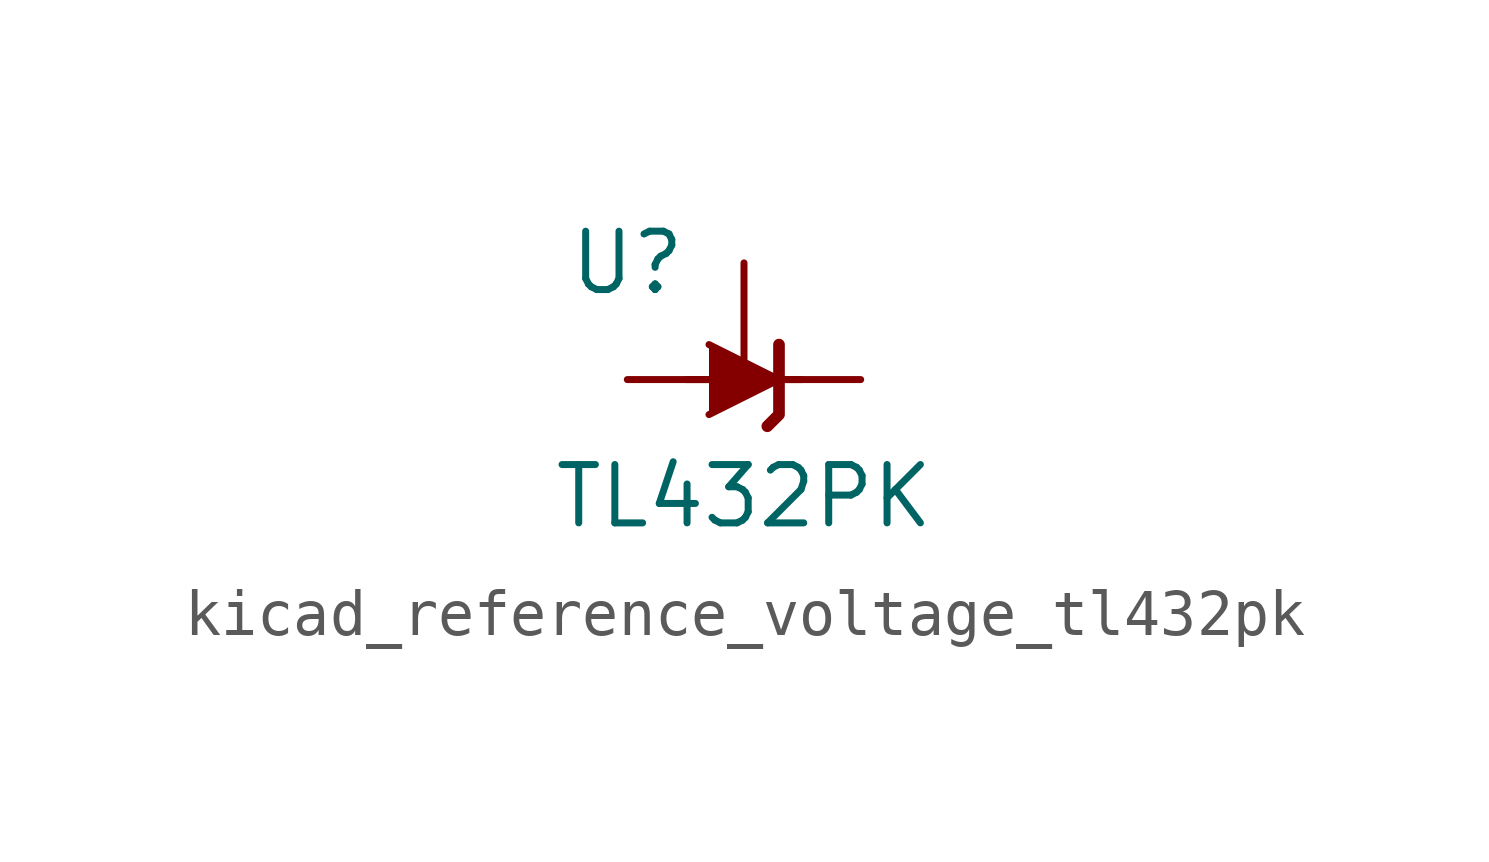
<source format=kicad_sym>
(kicad_symbol_lib
  (version 20220914)
  (generator kicad_symbol_editor)
  (symbol "kicad_reference_voltage_tl432pk"
    (pin_numbers hide)
    (pin_names hide)
    (property "Reference" "U"
      (at -2.54 2.54 0)
      (effects (font (size 1.27 1.27))))
    (property "Value" "TL432PK"
      (at 0 -2.54 0)
      (effects (font (size 1.27 1.27))))
    (symbol "kicad_reference_voltage_tl432pk_0_1"
      (polyline (pts (xy -1.27 0) (xy 0 0) (xy 1.27 0)) (stroke (width 0) (type default)) (fill (type none)))
      (polyline (pts (xy -0.762 0.762) (xy 0.762 0) (xy -0.762 -0.762)) (stroke (width 0) (type default)) (fill (type outline)))
      (polyline (pts (xy 0.508 -1.016) (xy 0.762 -0.762) (xy 0.762 0.762) (xy 0.762 0.762)) (stroke (width 0.254) (type default)) (fill (type none))))
    (symbol "kicad_reference_voltage_tl432pk_1_1"
      (pin passive line (at 2.54 0 180) (length 2.54) (name "K" (effects (font (size 1.27 1.27)))) (number "1" (effects (font (size 1.27 1.27)))))
      (pin passive line (at -2.54 0 0) (length 2.54) (name "A" (effects (font (size 1.27 1.27)))) (number "2" (effects (font (size 1.27 1.27)))))
      (pin passive line (at 0 2.54 270) (length 2.54) (name "REF" (effects (font (size 1.27 1.27)))) (number "3" (effects (font (size 1.27 1.27))))))))
</source>
